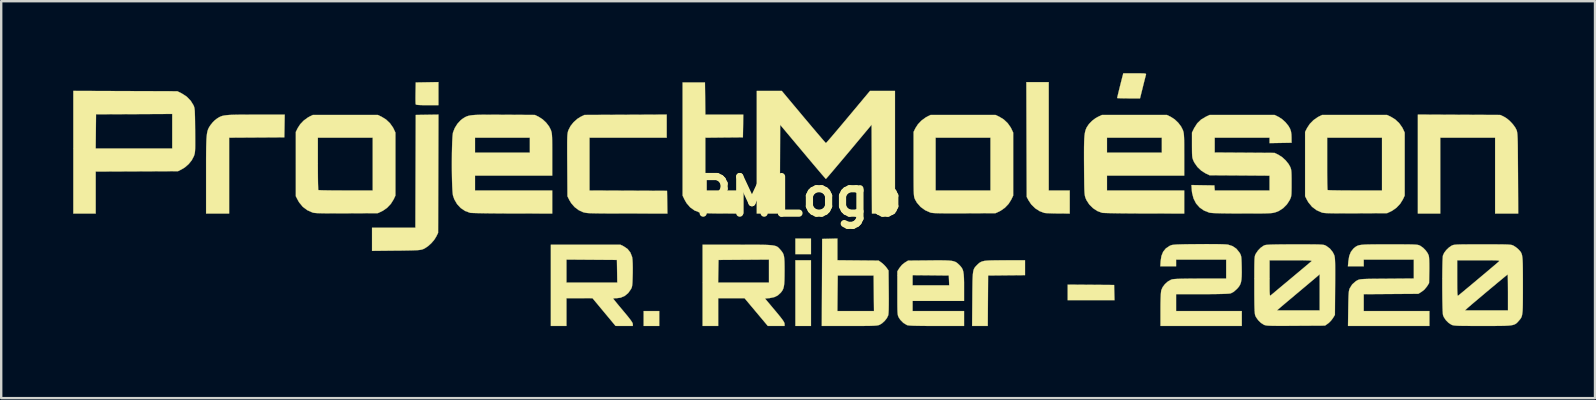
<source format=kicad_pcb>
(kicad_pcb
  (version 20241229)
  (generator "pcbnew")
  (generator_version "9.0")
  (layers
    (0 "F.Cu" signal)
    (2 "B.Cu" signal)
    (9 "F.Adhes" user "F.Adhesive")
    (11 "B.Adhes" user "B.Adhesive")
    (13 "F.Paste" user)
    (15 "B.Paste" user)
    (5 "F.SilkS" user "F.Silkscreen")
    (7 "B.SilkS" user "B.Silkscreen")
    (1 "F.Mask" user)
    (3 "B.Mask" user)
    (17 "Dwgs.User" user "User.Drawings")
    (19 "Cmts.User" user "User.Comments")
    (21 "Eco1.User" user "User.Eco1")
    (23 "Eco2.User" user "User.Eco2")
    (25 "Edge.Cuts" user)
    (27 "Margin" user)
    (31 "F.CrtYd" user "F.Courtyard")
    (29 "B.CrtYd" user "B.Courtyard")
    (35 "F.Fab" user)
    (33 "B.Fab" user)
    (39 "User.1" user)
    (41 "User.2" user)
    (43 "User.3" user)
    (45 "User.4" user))
  (footprint "PMLogo"
    (layer "F.Cu")
    (at 30.203 5.141)
    (property "Reference" "PMLogo" (at 0 0 0) (layer "F.SilkS") (effects (font (size 1.524 1.524) (thickness 0.3))))
    (attr through_hole)
    (fp_poly (pts (xy -5.786 5.39) (xy -6.435 5.39) (xy -6.435 4.77) (xy -5.786 4.77) (xy -5.786 5.39)) (stroke (width 0.01) (type solid)) (fill yes) (layer "F.SilkS"))
    (fp_poly (pts (xy 0.536 2.399) (xy -0.113 2.399) (xy -0.113 1.75) (xy 0.536 1.75) (xy 0.536 2.399)) (stroke (width 0.01) (type solid)) (fill yes) (layer "F.SilkS"))
    (fp_poly (pts (xy 0.536 5.39) (xy -0.113 5.39) (xy -0.113 2.653) (xy 0.536 2.653) (xy 0.536 5.39)) (stroke (width 0.01) (type solid)) (fill yes) (layer "F.SilkS"))
    (fp_poly (pts (xy 13.166 3.683) (xy 13.182 4.318) (xy 11.232 4.318) (xy 11.232 3.668) (xy 13.166 3.683)) (stroke (width 0.01) (type solid)) (fill yes) (layer "F.SilkS"))
    (fp_poly (pts (xy -14.986 -3.81) (xy -15.453 -3.81) (xy -15.636 -3.811) (xy -15.769 -3.815) (xy -15.859 -3.821) (xy -15.911 -3.831) (xy -15.933 -3.845) (xy -15.933 -3.846) (xy -15.937 -3.886) (xy -15.94 -3.972) (xy -15.941 -4.092) (xy -15.94 -4.237) (xy -15.939 -4.319) (xy -15.931 -4.755) (xy -14.986 -4.771) (xy -14.986 -3.81)) (stroke (width 0.01) (type solid)) (fill yes) (layer "F.SilkS"))
    (fp_poly (pts (xy 10.442 -0.254) (xy 11.317 -0.254) (xy 11.317 0.706) (xy 10.83 0.703) (xy 10.663 0.701) (xy 10.511 0.696) (xy 10.383 0.691) (xy 10.292 0.684) (xy 10.255 0.679) (xy 10.059 0.605) (xy 9.875 0.485) (xy 9.716 0.328) (xy 9.6 0.155) (xy 9.525 0.014) (xy 9.517 -2.378) (xy 9.51 -4.77) (xy 10.442 -4.77) (xy 10.442 -0.254)) (stroke (width 0.01) (type solid)) (fill yes) (layer "F.SilkS"))
    (fp_poly (pts (xy -14.992 -0.953) (xy -15 1.51) (xy -15.079 1.67) (xy -15.165 1.807) (xy -15.283 1.943) (xy -15.419 2.065) (xy -15.556 2.157) (xy -15.626 2.19) (xy -15.668 2.204) (xy -15.717 2.215) (xy -15.779 2.224) (xy -15.86 2.232) (xy -15.968 2.237) (xy -16.107 2.242) (xy -16.284 2.245) (xy -16.506 2.249) (xy -16.757 2.251) (xy -17.752 2.261) (xy -17.752 1.298) (xy -15.946 1.298) (xy -15.931 -3.401) (xy -15.458 -3.409) (xy -14.985 -3.416) (xy -14.992 -0.953)) (stroke (width 0.01) (type solid)) (fill yes) (layer "F.SilkS"))
    (fp_poly (pts (xy -3.873 -4.085) (xy -3.865 -3.415) (xy -2.285 -3.415) (xy -2.292 -2.942) (xy -2.3 -2.469) (xy -3.083 -2.462) (xy -3.866 -2.454) (xy -3.866 -0.254) (xy -2.286 -0.254) (xy -2.286 0.706) (xy -3.126 0.704) (xy -3.423 0.702) (xy -3.665 0.698) (xy -3.854 0.691) (xy -3.991 0.682) (xy -4.079 0.671) (xy -4.094 0.667) (xy -4.312 0.58) (xy -4.498 0.447) (xy -4.65 0.27) (xy -4.738 0.114) (xy -4.812 -0.042) (xy -4.812 -4.755) (xy -3.881 -4.755) (xy -3.873 -4.085)) (stroke (width 0.01) (type solid)) (fill yes) (layer "F.SilkS"))
    (fp_poly (pts (xy 27.538 -3.409) (xy 29.252 -3.401) (xy 29.401 -3.334) (xy 29.525 -3.258) (xy 29.657 -3.147) (xy 29.779 -3.016) (xy 29.878 -2.881) (xy 29.933 -2.776) (xy 29.944 -2.744) (xy 29.953 -2.707) (xy 29.961 -2.661) (xy 29.968 -2.602) (xy 29.973 -2.523) (xy 29.978 -2.422) (xy 29.982 -2.293) (xy 29.985 -2.132) (xy 29.987 -1.934) (xy 29.989 -1.694) (xy 29.991 -1.409) (xy 29.993 -1.073) (xy 29.994 -0.967) (xy 30.002 0.706) (xy 29.041 0.706) (xy 29.041 -2.455) (xy 26.755 -2.455) (xy 26.755 0.706) (xy 25.823 0.706) (xy 25.823 -3.417) (xy 27.538 -3.409)) (stroke (width 0.01) (type solid)) (fill yes) (layer "F.SilkS"))
    (fp_poly (pts (xy 9.454 3.273) (xy 8.685 3.28) (xy 7.916 3.288) (xy 7.909 4.339) (xy 7.902 5.39) (xy 7.25 5.39) (xy 7.259 4.269) (xy 7.261 3.973) (xy 7.264 3.729) (xy 7.267 3.529) (xy 7.273 3.369) (xy 7.281 3.243) (xy 7.293 3.144) (xy 7.308 3.069) (xy 7.329 3.01) (xy 7.356 2.962) (xy 7.389 2.919) (xy 7.429 2.877) (xy 7.453 2.852) (xy 7.508 2.799) (xy 7.56 2.756) (xy 7.616 2.723) (xy 7.682 2.698) (xy 7.765 2.679) (xy 7.872 2.667) (xy 8.01 2.66) (xy 8.186 2.656) (xy 8.406 2.654) (xy 8.615 2.654) (xy 9.454 2.653) (xy 9.454 3.273)) (stroke (width 0.01) (type solid)) (fill yes) (layer "F.SilkS"))
    (fp_poly (pts (xy 14.205 -5.136) (xy 14.331 -5.134) (xy 14.416 -5.131) (xy 14.467 -5.124) (xy 14.491 -5.113) (xy 14.497 -5.098) (xy 14.495 -5.087) (xy 14.484 -5.044) (xy 14.461 -4.957) (xy 14.43 -4.835) (xy 14.393 -4.688) (xy 14.363 -4.565) (xy 14.245 -4.092) (xy 13.769 -4.092) (xy 13.612 -4.093) (xy 13.477 -4.096) (xy 13.373 -4.099) (xy 13.309 -4.104) (xy 13.293 -4.108) (xy 13.299 -4.138) (xy 13.317 -4.213) (xy 13.343 -4.321) (xy 13.375 -4.452) (xy 13.41 -4.594) (xy 13.446 -4.737) (xy 13.48 -4.871) (xy 13.509 -4.984) (xy 13.521 -5.031) (xy 13.549 -5.136) (xy 14.029 -5.136) (xy 14.205 -5.136)) (stroke (width 0.01) (type solid)) (fill yes) (layer "F.SilkS"))
    (fp_poly (pts (xy -21.399 -2.942) (xy -21.407 -2.469) (xy -22.557 -2.462) (xy -23.707 -2.455) (xy -23.707 0.706) (xy -24.666 0.706) (xy -24.666 -0.897) (xy -24.666 -1.262) (xy -24.666 -1.575) (xy -24.664 -1.841) (xy -24.661 -2.065) (xy -24.656 -2.251) (xy -24.65 -2.404) (xy -24.64 -2.529) (xy -24.627 -2.63) (xy -24.611 -2.713) (xy -24.591 -2.781) (xy -24.567 -2.84) (xy -24.537 -2.894) (xy -24.503 -2.948) (xy -24.475 -2.989) (xy -24.394 -3.09) (xy -24.297 -3.186) (xy -24.233 -3.236) (xy -24.172 -3.277) (xy -24.114 -3.311) (xy -24.055 -3.339) (xy -23.988 -3.362) (xy -23.908 -3.379) (xy -23.809 -3.392) (xy -23.686 -3.402) (xy -23.533 -3.408) (xy -23.345 -3.412) (xy -23.115 -3.414) (xy -22.839 -3.415) (xy -22.6 -3.415) (xy -21.391 -3.415) (xy -21.399 -2.942)) (stroke (width 0.01) (type solid)) (fill yes) (layer "F.SilkS"))
    (fp_poly (pts (xy -25.864 -4.389) (xy -25.676 -4.296) (xy -25.474 -4.165) (xy -25.307 -3.993) (xy -25.197 -3.815) (xy -25.179 -3.777) (xy -25.165 -3.739) (xy -25.153 -3.694) (xy -25.145 -3.636) (xy -25.138 -3.558) (xy -25.134 -3.454) (xy -25.13 -3.316) (xy -25.127 -3.14) (xy -25.125 -2.917) (xy -25.123 -2.764) (xy -25.121 -2.51) (xy -25.12 -2.306) (xy -25.12 -2.146) (xy -25.122 -2.021) (xy -25.126 -1.926) (xy -25.132 -1.853) (xy -25.141 -1.796) (xy -25.153 -1.749) (xy -25.168 -1.703) (xy -25.175 -1.684) (xy -25.263 -1.515) (xy -25.393 -1.354) (xy -25.55 -1.217) (xy -25.673 -1.142) (xy -25.837 -1.058) (xy -29.266 -1.043) (xy -29.266 0.706) (xy -30.198 0.706) (xy -30.198 -2.004) (xy -29.267 -2.004) (xy -26.077 -2.004) (xy -26.077 -3.444) (xy -27.665 -3.436) (xy -29.252 -3.429) (xy -29.267 -2.004) (xy -30.198 -2.004) (xy -30.198 -4.404) (xy -25.864 -4.389)) (stroke (width 0.01) (type solid)) (fill yes) (layer "F.SilkS"))
    (fp_poly (pts (xy 1.637 2.651) (xy 2.495 2.659) (xy 3.354 2.667) (xy 3.475 2.752) (xy 3.568 2.831) (xy 3.657 2.926) (xy 3.682 2.959) (xy 3.768 3.081) (xy 3.776 3.961) (xy 3.778 4.264) (xy 3.777 4.513) (xy 3.774 4.706) (xy 3.767 4.845) (xy 3.758 4.93) (xy 3.754 4.948) (xy 3.698 5.064) (xy 3.606 5.181) (xy 3.494 5.282) (xy 3.401 5.338) (xy 3.369 5.351) (xy 3.331 5.361) (xy 3.281 5.37) (xy 3.215 5.376) (xy 3.126 5.381) (xy 3.008 5.385) (xy 2.857 5.387) (xy 2.666 5.389) (xy 2.43 5.389) (xy 2.143 5.39) (xy 2.138 5.39) (xy 0.987 5.39) (xy 0.99 4.77) (xy 1.636 4.77) (xy 3.162 4.77) (xy 3.154 4.029) (xy 3.147 3.288) (xy 1.651 3.288) (xy 1.643 4.029) (xy 1.636 4.77) (xy 0.99 4.77) (xy 0.995 3.577) (xy 1.002 1.764) (xy 1.637 1.748) (xy 1.637 2.651)) (stroke (width 0.01) (type solid)) (fill yes) (layer "F.SilkS"))
    (fp_poly (pts (xy -5.475 -2.455) (xy -8.692 -2.455) (xy -8.692 -0.254) (xy -7.077 -0.247) (xy -5.461 -0.24) (xy -5.453 0.233) (xy -5.446 0.706) (xy -7.118 0.704) (xy -7.469 0.704) (xy -7.768 0.703) (xy -8.02 0.702) (xy -8.23 0.7) (xy -8.402 0.698) (xy -8.541 0.695) (xy -8.651 0.692) (xy -8.738 0.687) (xy -8.806 0.681) (xy -8.86 0.673) (xy -8.905 0.664) (xy -8.945 0.654) (xy -8.966 0.647) (xy -9.144 0.564) (xy -9.31 0.438) (xy -9.45 0.279) (xy -9.531 0.146) (xy -9.61 -0.014) (xy -9.618 -1.316) (xy -9.62 -1.621) (xy -9.621 -1.875) (xy -9.621 -2.084) (xy -9.621 -2.252) (xy -9.619 -2.386) (xy -9.616 -2.49) (xy -9.611 -2.571) (xy -9.604 -2.632) (xy -9.596 -2.681) (xy -9.585 -2.721) (xy -9.572 -2.76) (xy -9.566 -2.776) (xy -9.48 -2.942) (xy -9.353 -3.101) (xy -9.201 -3.237) (xy -9.065 -3.322) (xy -8.904 -3.401) (xy -7.19 -3.409) (xy -5.475 -3.417) (xy -5.475 -2.455)) (stroke (width 0.01) (type solid)) (fill yes) (layer "F.SilkS"))
    (fp_poly (pts (xy 0.229 -3.316) (xy 0.408 -3.104) (xy 0.575 -2.905) (xy 0.729 -2.724) (xy 0.864 -2.565) (xy 0.978 -2.432) (xy 1.067 -2.329) (xy 1.128 -2.261) (xy 1.157 -2.231) (xy 1.159 -2.23) (xy 1.181 -2.251) (xy 1.235 -2.311) (xy 1.318 -2.406) (xy 1.427 -2.533) (xy 1.557 -2.686) (xy 1.707 -2.863) (xy 1.871 -3.058) (xy 2.047 -3.268) (xy 2.087 -3.316) (xy 2.996 -4.403) (xy 4.036 -4.403) (xy 4.036 0.706) (xy 3.077 0.706) (xy 3.069 -1.144) (xy 3.062 -2.994) (xy 2.117 -1.864) (xy 1.935 -1.648) (xy 1.764 -1.445) (xy 1.608 -1.26) (xy 1.469 -1.096) (xy 1.352 -0.958) (xy 1.259 -0.85) (xy 1.194 -0.776) (xy 1.161 -0.739) (xy 1.157 -0.736) (xy 1.137 -0.757) (xy 1.084 -0.818) (xy 1.001 -0.913) (xy 0.893 -1.04) (xy 0.762 -1.195) (xy 0.612 -1.372) (xy 0.446 -1.569) (xy 0.269 -1.78) (xy 0.198 -1.865) (xy -0.748 -2.993) (xy -0.755 -1.144) (xy -0.762 0.706) (xy -1.722 0.706) (xy -1.722 -4.403) (xy -0.681 -4.403) (xy 0.229 -3.316)) (stroke (width 0.01) (type solid)) (fill yes) (layer "F.SilkS"))
    (fp_poly (pts (xy -7.26 2.076) (xy -7.104 2.184) (xy -6.989 2.329) (xy -6.919 2.507) (xy -6.913 2.533) (xy -6.901 2.627) (xy -6.893 2.77) (xy -6.889 2.952) (xy -6.89 3.166) (xy -6.891 3.213) (xy -6.896 3.402) (xy -6.901 3.544) (xy -6.907 3.648) (xy -6.917 3.723) (xy -6.93 3.78) (xy -6.949 3.826) (xy -6.962 3.852) (xy -7.079 4.018) (xy -7.225 4.139) (xy -7.395 4.212) (xy -7.563 4.233) (xy -7.643 4.236) (xy -7.695 4.243) (xy -7.705 4.249) (xy -7.687 4.274) (xy -7.638 4.336) (xy -7.564 4.428) (xy -7.468 4.545) (xy -7.356 4.679) (xy -7.296 4.75) (xy -7.153 4.922) (xy -7.044 5.056) (xy -6.967 5.159) (xy -6.917 5.234) (xy -6.892 5.286) (xy -6.887 5.313) (xy -6.886 5.39) (xy -7.246 5.389) (xy -7.606 5.388) (xy -8.086 4.811) (xy -8.565 4.235) (xy -9.109 4.234) (xy -9.652 4.233) (xy -9.652 5.39) (xy -10.301 5.39) (xy -10.301 3.584) (xy -9.652 3.584) (xy -7.534 3.584) (xy -7.549 2.639) (xy -9.652 2.624) (xy -9.652 3.584) (xy -10.301 3.584) (xy -10.301 2.004) (xy -7.405 2.004) (xy -7.26 2.076)) (stroke (width 0.01) (type solid)) (fill yes) (layer "F.SilkS"))
    (fp_poly (pts (xy 8.388 -3.325) (xy 8.571 -3.212) (xy 8.733 -3.058) (xy 8.859 -2.879) (xy 8.885 -2.828) (xy 8.961 -2.667) (xy 8.961 -0.042) (xy 8.885 0.118) (xy 8.772 0.301) (xy 8.617 0.464) (xy 8.438 0.59) (xy 8.388 0.616) (xy 8.227 0.691) (xy 6.929 0.697) (xy 6.602 0.698) (xy 6.327 0.698) (xy 6.1 0.697) (xy 5.917 0.695) (xy 5.773 0.691) (xy 5.663 0.686) (xy 5.585 0.679) (xy 5.533 0.671) (xy 5.517 0.667) (xy 5.293 0.568) (xy 5.102 0.428) (xy 4.95 0.254) (xy 4.873 0.118) (xy 4.859 0.086) (xy 4.847 0.053) (xy 4.837 0.015) (xy 4.83 -0.035) (xy 4.824 -0.101) (xy 4.819 -0.189) (xy 4.816 -0.304) (xy 4.814 -0.451) (xy 4.813 -0.635) (xy 4.812 -0.861) (xy 4.812 -1.135) (xy 4.812 -1.355) (xy 4.812 -2.455) (xy 5.729 -2.455) (xy 5.729 -0.254) (xy 8.015 -0.254) (xy 8.015 -2.455) (xy 5.729 -2.455) (xy 4.812 -2.455) (xy 4.812 -2.695) (xy 4.891 -2.856) (xy 4.995 -3.016) (xy 5.139 -3.167) (xy 5.306 -3.291) (xy 5.383 -3.334) (xy 5.517 -3.401) (xy 8.227 -3.401) (xy 8.388 -3.325)) (stroke (width 0.01) (type solid)) (fill yes) (layer "F.SilkS"))
    (fp_poly (pts (xy -17.351 -3.325) (xy -17.168 -3.212) (xy -17.006 -3.058) (xy -16.879 -2.879) (xy -16.853 -2.828) (xy -16.778 -2.667) (xy -16.778 -0.042) (xy -16.853 0.118) (xy -16.967 0.301) (xy -17.121 0.464) (xy -17.3 0.59) (xy -17.351 0.616) (xy -17.512 0.691) (xy -18.81 0.697) (xy -19.133 0.698) (xy -19.404 0.699) (xy -19.628 0.698) (xy -19.81 0.695) (xy -19.953 0.692) (xy -20.062 0.687) (xy -20.143 0.68) (xy -20.199 0.672) (xy -20.227 0.665) (xy -20.451 0.566) (xy -20.639 0.424) (xy -20.791 0.239) (xy -20.847 0.141) (xy -20.927 -0.014) (xy -20.927 -2.455) (xy -20.01 -2.455) (xy -20.01 -1.373) (xy -20.009 -1.132) (xy -20.008 -0.908) (xy -20.006 -0.708) (xy -20.003 -0.538) (xy -19.999 -0.406) (xy -19.996 -0.315) (xy -19.992 -0.274) (xy -19.991 -0.273) (xy -19.959 -0.269) (xy -19.878 -0.265) (xy -19.752 -0.261) (xy -19.588 -0.259) (xy -19.392 -0.256) (xy -19.17 -0.255) (xy -18.928 -0.254) (xy -18.848 -0.254) (xy -17.724 -0.254) (xy -17.724 -2.455) (xy -20.01 -2.455) (xy -20.927 -2.455) (xy -20.927 -2.695) (xy -20.848 -2.856) (xy -20.744 -3.016) (xy -20.6 -3.167) (xy -20.432 -3.291) (xy -20.356 -3.334) (xy -20.221 -3.401) (xy -17.512 -3.401) (xy -17.351 -3.325)) (stroke (width 0.01) (type solid)) (fill yes) (layer "F.SilkS"))
    (fp_poly (pts (xy -2.519 2.004) (xy -2.179 2.005) (xy -1.891 2.005) (xy -1.649 2.006) (xy -1.45 2.009) (xy -1.288 2.014) (xy -1.158 2.022) (xy -1.056 2.033) (xy -0.977 2.047) (xy -0.916 2.066) (xy -0.867 2.09) (xy -0.828 2.119) (xy -0.791 2.155) (xy -0.754 2.197) (xy -0.737 2.216) (xy -0.683 2.281) (xy -0.641 2.342) (xy -0.61 2.407) (xy -0.589 2.486) (xy -0.576 2.587) (xy -0.568 2.718) (xy -0.565 2.889) (xy -0.564 3.093) (xy -0.566 3.32) (xy -0.57 3.499) (xy -0.579 3.639) (xy -0.594 3.746) (xy -0.616 3.831) (xy -0.648 3.9) (xy -0.69 3.963) (xy -0.723 4.004) (xy -0.848 4.118) (xy -0.999 4.191) (xy -1.186 4.229) (xy -1.205 4.231) (xy -1.38 4.247) (xy -0.972 4.733) (xy -0.834 4.898) (xy -0.73 5.027) (xy -0.655 5.125) (xy -0.605 5.198) (xy -0.577 5.252) (xy -0.565 5.292) (xy -0.564 5.304) (xy -0.564 5.39) (xy -1.261 5.39) (xy -1.746 4.812) (xy -2.232 4.233) (xy -3.33 4.233) (xy -3.33 5.39) (xy -3.979 5.39) (xy -3.979 3.584) (xy -3.332 3.584) (xy -1.214 3.584) (xy -1.214 2.624) (xy -3.316 2.639) (xy -3.332 3.584) (xy -3.979 3.584) (xy -3.979 2.004) (xy -2.519 2.004)) (stroke (width 0.01) (type solid)) (fill yes) (layer "F.SilkS"))
    (fp_poly (pts (xy 24.7 -3.325) (xy 24.883 -3.212) (xy 25.045 -3.058) (xy 25.172 -2.879) (xy 25.198 -2.828) (xy 25.273 -2.667) (xy 25.273 -0.042) (xy 25.198 0.118) (xy 25.084 0.301) (xy 24.93 0.464) (xy 24.751 0.59) (xy 24.7 0.616) (xy 24.539 0.691) (xy 23.241 0.697) (xy 22.918 0.698) (xy 22.647 0.699) (xy 22.423 0.698) (xy 22.241 0.695) (xy 22.098 0.692) (xy 21.989 0.687) (xy 21.908 0.68) (xy 21.852 0.672) (xy 21.824 0.665) (xy 21.6 0.566) (xy 21.412 0.424) (xy 21.26 0.239) (xy 21.204 0.141) (xy 21.124 -0.014) (xy 21.124 -2.455) (xy 22.042 -2.455) (xy 22.042 -1.373) (xy 22.042 -1.132) (xy 22.043 -0.908) (xy 22.046 -0.708) (xy 22.048 -0.538) (xy 22.052 -0.406) (xy 22.055 -0.315) (xy 22.06 -0.274) (xy 22.06 -0.273) (xy 22.092 -0.269) (xy 22.174 -0.265) (xy 22.3 -0.261) (xy 22.464 -0.259) (xy 22.66 -0.256) (xy 22.881 -0.255) (xy 23.123 -0.254) (xy 23.203 -0.254) (xy 24.328 -0.254) (xy 24.328 -2.455) (xy 22.042 -2.455) (xy 21.124 -2.455) (xy 21.124 -2.695) (xy 21.208 -2.86) (xy 21.321 -3.031) (xy 21.475 -3.187) (xy 21.652 -3.311) (xy 21.695 -3.334) (xy 21.83 -3.401) (xy 24.539 -3.401) (xy 24.7 -3.325)) (stroke (width 0.01) (type solid)) (fill yes) (layer "F.SilkS"))
    (fp_poly (pts (xy 6.136 2.659) (xy 6.278 2.665) (xy 6.39 2.676) (xy 6.477 2.694) (xy 6.546 2.717) (xy 6.604 2.749) (xy 6.655 2.79) (xy 6.708 2.84) (xy 6.718 2.849) (xy 6.778 2.914) (xy 6.825 2.978) (xy 6.86 3.049) (xy 6.884 3.135) (xy 6.9 3.246) (xy 6.909 3.388) (xy 6.914 3.571) (xy 6.914 3.778) (xy 6.914 4.346) (xy 4.77 4.346) (xy 4.77 4.77) (xy 6.914 4.77) (xy 6.914 5.39) (xy 5.764 5.389) (xy 5.459 5.389) (xy 5.206 5.387) (xy 5.001 5.384) (xy 4.839 5.381) (xy 4.715 5.376) (xy 4.625 5.369) (xy 4.564 5.361) (xy 4.53 5.351) (xy 4.386 5.263) (xy 4.261 5.138) (xy 4.197 5.041) (xy 4.18 5.007) (xy 4.166 4.972) (xy 4.155 4.93) (xy 4.147 4.873) (xy 4.142 4.797) (xy 4.138 4.693) (xy 4.136 4.555) (xy 4.135 4.377) (xy 4.135 4.153) (xy 4.135 4.019) (xy 4.135 3.697) (xy 4.77 3.697) (xy 6.296 3.697) (xy 6.279 3.288) (xy 5.524 3.28) (xy 4.77 3.273) (xy 4.77 3.697) (xy 4.135 3.697) (xy 4.135 3.114) (xy 4.22 2.976) (xy 4.329 2.843) (xy 4.443 2.752) (xy 4.582 2.667) (xy 5.459 2.659) (xy 5.732 2.656) (xy 5.956 2.656) (xy 6.136 2.659)) (stroke (width 0.01) (type solid)) (fill yes) (layer "F.SilkS"))
    (fp_poly (pts (xy 15.528 -3.322) (xy 15.687 -3.22) (xy 15.834 -3.081) (xy 15.955 -2.923) (xy 16.028 -2.779) (xy 16.045 -2.731) (xy 16.058 -2.683) (xy 16.068 -2.626) (xy 16.075 -2.554) (xy 16.08 -2.46) (xy 16.084 -2.336) (xy 16.086 -2.176) (xy 16.086 -1.974) (xy 16.087 -1.749) (xy 16.087 -0.875) (xy 12.869 -0.875) (xy 12.869 -0.254) (xy 16.087 -0.254) (xy 16.087 0.706) (xy 14.429 0.703) (xy 14.125 0.702) (xy 13.835 0.7) (xy 13.565 0.698) (xy 13.321 0.695) (xy 13.106 0.691) (xy 12.928 0.687) (xy 12.791 0.683) (xy 12.7 0.679) (xy 12.664 0.675) (xy 12.469 0.602) (xy 12.288 0.483) (xy 12.133 0.329) (xy 12.016 0.151) (xy 11.99 0.092) (xy 11.974 0.051) (xy 11.96 0.011) (xy 11.95 -0.034) (xy 11.941 -0.089) (xy 11.934 -0.161) (xy 11.929 -0.255) (xy 11.925 -0.376) (xy 11.922 -0.53) (xy 11.92 -0.724) (xy 11.917 -0.963) (xy 11.915 -1.252) (xy 11.915 -1.256) (xy 11.913 -1.578) (xy 11.913 -1.85) (xy 11.914 -2.076) (xy 11.918 -2.263) (xy 11.924 -2.415) (xy 11.927 -2.455) (xy 12.869 -2.455) (xy 12.869 -1.834) (xy 15.155 -1.834) (xy 15.155 -2.455) (xy 12.869 -2.455) (xy 11.927 -2.455) (xy 11.933 -2.537) (xy 11.946 -2.637) (xy 11.963 -2.718) (xy 11.983 -2.787) (xy 12.009 -2.849) (xy 12.027 -2.888) (xy 12.119 -3.024) (xy 12.248 -3.157) (xy 12.397 -3.27) (xy 12.497 -3.325) (xy 12.658 -3.401) (xy 15.367 -3.401) (xy 15.528 -3.322)) (stroke (width 0.01) (type solid)) (fill yes) (layer "F.SilkS"))
    (fp_poly (pts (xy -12.649 -3.411) (xy -12.335 -3.409) (xy -12.259 -3.409) (xy -10.964 -3.401) (xy -10.804 -3.322) (xy -10.645 -3.22) (xy -10.497 -3.081) (xy -10.376 -2.923) (xy -10.303 -2.779) (xy -10.287 -2.731) (xy -10.273 -2.683) (xy -10.263 -2.626) (xy -10.256 -2.554) (xy -10.251 -2.46) (xy -10.248 -2.336) (xy -10.246 -2.176) (xy -10.245 -1.974) (xy -10.245 -1.749) (xy -10.245 -0.875) (xy -13.462 -0.875) (xy -13.462 -0.254) (xy -10.245 -0.254) (xy -10.245 0.706) (xy -11.903 0.703) (xy -12.207 0.702) (xy -12.496 0.7) (xy -12.766 0.698) (xy -13.011 0.695) (xy -13.225 0.691) (xy -13.404 0.687) (xy -13.541 0.683) (xy -13.631 0.679) (xy -13.668 0.675) (xy -13.876 0.598) (xy -14.06 0.474) (xy -14.211 0.31) (xy -14.325 0.112) (xy -14.378 -0.041) (xy -14.39 -0.12) (xy -14.401 -0.248) (xy -14.41 -0.415) (xy -14.417 -0.616) (xy -14.422 -0.841) (xy -14.425 -1.082) (xy -14.426 -1.332) (xy -14.425 -1.583) (xy -14.423 -1.827) (xy -14.418 -2.055) (xy -14.412 -2.261) (xy -14.403 -2.435) (xy -14.402 -2.455) (xy -13.462 -2.455) (xy -13.462 -1.834) (xy -11.176 -1.834) (xy -11.176 -2.455) (xy -13.462 -2.455) (xy -14.402 -2.455) (xy -14.393 -2.57) (xy -14.381 -2.659) (xy -14.379 -2.668) (xy -14.307 -2.854) (xy -14.197 -3.031) (xy -14.06 -3.18) (xy -13.988 -3.237) (xy -13.928 -3.277) (xy -13.871 -3.311) (xy -13.813 -3.339) (xy -13.748 -3.361) (xy -13.671 -3.379) (xy -13.576 -3.392) (xy -13.458 -3.401) (xy -13.312 -3.407) (xy -13.132 -3.411) (xy -12.913 -3.412) (xy -12.649 -3.411)) (stroke (width 0.01) (type solid)) (fill yes) (layer "F.SilkS"))
    (fp_poly (pts (xy 24.914 1.99) (xy 25.152 1.99) (xy 25.346 1.991) (xy 25.499 1.993) (xy 25.619 1.996) (xy 25.709 2) (xy 25.777 2.006) (xy 25.826 2.014) (xy 25.864 2.024) (xy 25.894 2.036) (xy 25.924 2.051) (xy 25.926 2.052) (xy 26.045 2.136) (xy 26.154 2.248) (xy 26.238 2.371) (xy 26.277 2.463) (xy 26.287 2.532) (xy 26.294 2.647) (xy 26.298 2.798) (xy 26.299 2.977) (xy 26.298 3.088) (xy 26.289 3.603) (xy 26.204 3.741) (xy 26.095 3.874) (xy 25.98 3.964) (xy 25.842 4.05) (xy 24.704 4.058) (xy 23.566 4.066) (xy 23.566 4.77) (xy 26.303 4.77) (xy 26.303 5.39) (xy 22.912 5.39) (xy 22.922 4.664) (xy 22.926 4.435) (xy 22.93 4.255) (xy 22.935 4.117) (xy 22.942 4.013) (xy 22.951 3.936) (xy 22.963 3.879) (xy 22.978 3.835) (xy 22.982 3.824) (xy 23.086 3.659) (xy 23.233 3.529) (xy 23.297 3.49) (xy 23.328 3.475) (xy 23.36 3.462) (xy 23.399 3.452) (xy 23.452 3.444) (xy 23.524 3.438) (xy 23.62 3.433) (xy 23.747 3.429) (xy 23.91 3.426) (xy 24.115 3.424) (xy 24.367 3.422) (xy 24.532 3.421) (xy 25.654 3.412) (xy 25.654 2.625) (xy 23.566 2.625) (xy 23.566 2.907) (xy 22.908 2.907) (xy 22.927 2.69) (xy 22.963 2.473) (xy 23.032 2.301) (xy 23.135 2.17) (xy 23.151 2.155) (xy 23.198 2.116) (xy 23.241 2.084) (xy 23.286 2.058) (xy 23.338 2.037) (xy 23.404 2.021) (xy 23.487 2.009) (xy 23.595 2) (xy 23.733 1.995) (xy 23.905 1.992) (xy 24.119 1.99) (xy 24.379 1.99) (xy 24.624 1.99) (xy 24.914 1.99)) (stroke (width 0.01) (type solid)) (fill yes) (layer "F.SilkS"))
    (fp_poly (pts (xy 17.27 1.98) (xy 17.501 1.982) (xy 17.686 1.986) (xy 17.823 1.993) (xy 17.907 2.001) (xy 17.912 2.002) (xy 18.101 2.063) (xy 18.258 2.17) (xy 18.385 2.325) (xy 18.386 2.327) (xy 18.418 2.379) (xy 18.44 2.426) (xy 18.456 2.477) (xy 18.467 2.544) (xy 18.473 2.636) (xy 18.478 2.763) (xy 18.482 2.932) (xy 18.485 3.157) (xy 18.481 3.334) (xy 18.47 3.473) (xy 18.449 3.583) (xy 18.415 3.672) (xy 18.368 3.75) (xy 18.304 3.826) (xy 18.278 3.853) (xy 18.147 3.969) (xy 18.03 4.03) (xy 18.02 4.033) (xy 17.957 4.042) (xy 17.84 4.049) (xy 17.671 4.055) (xy 17.453 4.06) (xy 17.189 4.063) (xy 16.88 4.064) (xy 16.828 4.064) (xy 15.748 4.064) (xy 15.748 4.77) (xy 18.486 4.77) (xy 18.486 5.39) (xy 15.099 5.39) (xy 15.099 4.711) (xy 15.1 4.461) (xy 15.105 4.249) (xy 15.112 4.08) (xy 15.123 3.959) (xy 15.132 3.9) (xy 15.189 3.771) (xy 15.286 3.644) (xy 15.407 3.537) (xy 15.537 3.464) (xy 15.584 3.448) (xy 15.653 3.438) (xy 15.772 3.43) (xy 15.942 3.423) (xy 16.164 3.419) (xy 16.44 3.416) (xy 16.771 3.415) (xy 17.836 3.415) (xy 17.836 2.625) (xy 15.748 2.625) (xy 15.748 2.907) (xy 15.092 2.907) (xy 15.105 2.688) (xy 15.138 2.473) (xy 15.209 2.299) (xy 15.321 2.16) (xy 15.476 2.056) (xy 15.508 2.041) (xy 15.542 2.027) (xy 15.584 2.016) (xy 15.638 2.008) (xy 15.712 2.001) (xy 15.81 1.995) (xy 15.94 1.991) (xy 16.106 1.987) (xy 16.314 1.984) (xy 16.571 1.982) (xy 16.684 1.981) (xy 16.996 1.979) (xy 17.27 1.98)) (stroke (width 0.01) (type solid)) (fill yes) (layer "F.SilkS"))
    (fp_poly (pts (xy 20.013 -3.323) (xy 20.166 -3.225) (xy 20.311 -3.093) (xy 20.432 -2.942) (xy 20.497 -2.828) (xy 20.534 -2.722) (xy 20.553 -2.598) (xy 20.558 -2.469) (xy 20.56 -2.244) (xy 19.643 -2.228) (xy 19.643 -2.455) (xy 17.357 -2.455) (xy 17.357 -1.837) (xy 18.605 -1.829) (xy 19.854 -1.82) (xy 20.013 -1.742) (xy 20.167 -1.644) (xy 20.314 -1.509) (xy 20.437 -1.356) (xy 20.498 -1.248) (xy 20.52 -1.198) (xy 20.536 -1.146) (xy 20.547 -1.084) (xy 20.554 -1.003) (xy 20.558 -0.893) (xy 20.56 -0.744) (xy 20.56 -0.564) (xy 20.56 -0.375) (xy 20.558 -0.232) (xy 20.555 -0.127) (xy 20.548 -0.049) (xy 20.537 0.01) (xy 20.52 0.061) (xy 20.497 0.113) (xy 20.481 0.146) (xy 20.364 0.327) (xy 20.21 0.482) (xy 20.031 0.598) (xy 19.906 0.648) (xy 19.859 0.662) (xy 19.811 0.674) (xy 19.756 0.683) (xy 19.688 0.69) (xy 19.603 0.695) (xy 19.494 0.699) (xy 19.355 0.702) (xy 19.181 0.703) (xy 18.965 0.704) (xy 18.704 0.704) (xy 18.49 0.704) (xy 18.153 0.703) (xy 17.869 0.7) (xy 17.636 0.697) (xy 17.449 0.692) (xy 17.307 0.686) (xy 17.205 0.679) (xy 17.14 0.67) (xy 17.129 0.667) (xy 16.911 0.581) (xy 16.727 0.452) (xy 16.581 0.285) (xy 16.477 0.082) (xy 16.416 -0.151) (xy 16.404 -0.256) (xy 16.389 -0.481) (xy 16.866 -0.473) (xy 17.343 -0.466) (xy 17.351 -0.36) (xy 17.36 -0.254) (xy 19.643 -0.254) (xy 19.643 -0.872) (xy 18.394 -0.881) (xy 17.145 -0.889) (xy 16.984 -0.964) (xy 16.801 -1.078) (xy 16.639 -1.232) (xy 16.513 -1.411) (xy 16.487 -1.462) (xy 16.46 -1.521) (xy 16.441 -1.574) (xy 16.427 -1.631) (xy 16.419 -1.703) (xy 16.414 -1.799) (xy 16.412 -1.93) (xy 16.411 -2.104) (xy 16.411 -2.145) (xy 16.411 -2.668) (xy 16.503 -2.855) (xy 16.628 -3.052) (xy 16.789 -3.209) (xy 16.986 -3.326) (xy 17.145 -3.401) (xy 19.854 -3.401) (xy 20.013 -3.323)) (stroke (width 0.01) (type solid)) (fill yes) (layer "F.SilkS"))
    (fp_poly (pts (xy 21.003 1.99) (xy 21.24 1.99) (xy 21.432 1.991) (xy 21.584 1.993) (xy 21.702 1.996) (xy 21.791 2) (xy 21.857 2.006) (xy 21.906 2.014) (xy 21.943 2.024) (xy 21.973 2.037) (xy 22.002 2.052) (xy 22.155 2.163) (xy 22.276 2.313) (xy 22.335 2.431) (xy 22.347 2.467) (xy 22.356 2.511) (xy 22.364 2.568) (xy 22.369 2.645) (xy 22.373 2.746) (xy 22.376 2.877) (xy 22.377 3.044) (xy 22.377 3.252) (xy 22.376 3.507) (xy 22.374 3.742) (xy 22.366 4.929) (xy 22.281 5.067) (xy 22.208 5.164) (xy 22.118 5.256) (xy 22.074 5.291) (xy 21.952 5.376) (xy 20.734 5.383) (xy 20.438 5.385) (xy 20.193 5.386) (xy 19.993 5.386) (xy 19.834 5.384) (xy 19.71 5.382) (xy 19.614 5.378) (xy 19.543 5.373) (xy 19.49 5.365) (xy 19.45 5.356) (xy 19.418 5.345) (xy 19.403 5.338) (xy 19.282 5.26) (xy 19.167 5.147) (xy 19.078 5.02) (xy 19.046 4.95) (xy 19.036 4.909) (xy 19.028 4.848) (xy 19.021 4.76) (xy 19.021 4.741) (xy 19.953 4.741) (xy 21.731 4.741) (xy 21.731 3.236) (xy 21.668 3.292) (xy 21.631 3.324) (xy 21.557 3.387) (xy 21.451 3.476) (xy 21.318 3.588) (xy 21.165 3.717) (xy 20.996 3.858) (xy 20.884 3.952) (xy 20.707 4.101) (xy 20.539 4.242) (xy 20.386 4.37) (xy 20.255 4.481) (xy 20.152 4.568) (xy 20.082 4.628) (xy 20.059 4.648) (xy 19.953 4.741) (xy 19.021 4.741) (xy 19.016 4.641) (xy 19.012 4.487) (xy 19.01 4.292) (xy 19.008 4.051) (xy 19.008 3.76) (xy 19.008 3.669) (xy 19.008 3.381) (xy 19.008 3.144) (xy 19.009 2.953) (xy 19.011 2.801) (xy 19.014 2.683) (xy 19.015 2.653) (xy 19.643 2.653) (xy 19.643 3.405) (xy 19.643 3.63) (xy 19.644 3.805) (xy 19.645 3.935) (xy 19.649 4.026) (xy 19.654 4.084) (xy 19.661 4.116) (xy 19.671 4.126) (xy 19.684 4.121) (xy 19.692 4.115) (xy 19.724 4.088) (xy 19.795 4.029) (xy 19.899 3.942) (xy 20.03 3.832) (xy 20.184 3.703) (xy 20.356 3.56) (xy 20.54 3.406) (xy 20.546 3.401) (xy 20.73 3.247) (xy 20.901 3.104) (xy 21.055 2.975) (xy 21.186 2.865) (xy 21.289 2.778) (xy 21.359 2.719) (xy 21.391 2.691) (xy 21.391 2.691) (xy 21.396 2.68) (xy 21.379 2.672) (xy 21.337 2.665) (xy 21.264 2.66) (xy 21.156 2.657) (xy 21.006 2.654) (xy 20.811 2.653) (xy 20.564 2.653) (xy 20.538 2.653) (xy 19.643 2.653) (xy 19.015 2.653) (xy 19.018 2.594) (xy 19.024 2.527) (xy 19.032 2.478) (xy 19.042 2.441) (xy 19.055 2.411) (xy 19.07 2.381) (xy 19.071 2.379) (xy 19.16 2.247) (xy 19.272 2.132) (xy 19.391 2.049) (xy 19.441 2.026) (xy 19.483 2.016) (xy 19.553 2.008) (xy 19.653 2.002) (xy 19.79 1.997) (xy 19.967 1.994) (xy 20.189 1.991) (xy 20.459 1.99) (xy 20.715 1.99) (xy 21.003 1.99)) (stroke (width 0.01) (type solid)) (fill yes) (layer "F.SilkS"))
    (fp_poly (pts (xy 28.808 1.99) (xy 29.047 1.99) (xy 29.241 1.991) (xy 29.395 1.993) (xy 29.514 1.996) (xy 29.604 2) (xy 29.672 2.006) (xy 29.721 2.014) (xy 29.758 2.024) (xy 29.788 2.036) (xy 29.817 2.051) (xy 29.912 2.113) (xy 30.004 2.19) (xy 30.02 2.206) (xy 30.061 2.25) (xy 30.096 2.291) (xy 30.124 2.336) (xy 30.147 2.388) (xy 30.164 2.454) (xy 30.177 2.54) (xy 30.186 2.65) (xy 30.192 2.79) (xy 30.195 2.966) (xy 30.197 3.183) (xy 30.198 3.446) (xy 30.198 3.697) (xy 30.198 3.999) (xy 30.197 4.251) (xy 30.195 4.457) (xy 30.192 4.623) (xy 30.186 4.755) (xy 30.176 4.858) (xy 30.163 4.938) (xy 30.146 5) (xy 30.123 5.051) (xy 30.095 5.095) (xy 30.06 5.138) (xy 30.025 5.178) (xy 29.982 5.227) (xy 29.941 5.268) (xy 29.898 5.301) (xy 29.847 5.328) (xy 29.783 5.348) (xy 29.7 5.364) (xy 29.593 5.375) (xy 29.456 5.382) (xy 29.285 5.386) (xy 29.073 5.388) (xy 28.815 5.389) (xy 28.519 5.389) (xy 28.226 5.389) (xy 27.985 5.388) (xy 27.789 5.387) (xy 27.633 5.385) (xy 27.512 5.382) (xy 27.419 5.377) (xy 27.35 5.371) (xy 27.298 5.363) (xy 27.259 5.353) (xy 27.226 5.341) (xy 27.219 5.337) (xy 27.101 5.26) (xy 26.99 5.149) (xy 26.905 5.022) (xy 26.872 4.943) (xy 26.864 4.888) (xy 26.857 4.784) (xy 26.856 4.741) (xy 27.786 4.741) (xy 29.577 4.741) (xy 29.577 3.993) (xy 29.576 3.795) (xy 29.575 3.616) (xy 29.573 3.464) (xy 29.57 3.347) (xy 29.566 3.272) (xy 29.563 3.246) (xy 29.539 3.263) (xy 29.478 3.312) (xy 29.385 3.388) (xy 29.266 3.487) (xy 29.126 3.602) (xy 28.972 3.731) (xy 28.808 3.867) (xy 28.641 4.007) (xy 28.477 4.146) (xy 28.32 4.278) (xy 28.176 4.399) (xy 28.052 4.504) (xy 27.953 4.589) (xy 27.884 4.649) (xy 27.856 4.675) (xy 27.786 4.741) (xy 26.856 4.741) (xy 26.851 4.639) (xy 26.847 4.46) (xy 26.843 4.255) (xy 26.841 4.032) (xy 26.839 3.798) (xy 26.839 3.561) (xy 26.84 3.328) (xy 26.842 3.107) (xy 26.845 2.906) (xy 26.849 2.732) (xy 26.852 2.653) (xy 27.46 2.653) (xy 27.46 3.402) (xy 27.461 3.635) (xy 27.462 3.816) (xy 27.466 3.951) (xy 27.47 4.045) (xy 27.477 4.102) (xy 27.486 4.129) (xy 27.495 4.131) (xy 27.525 4.108) (xy 27.592 4.053) (xy 27.692 3.971) (xy 27.82 3.864) (xy 27.972 3.738) (xy 28.142 3.596) (xy 28.324 3.443) (xy 28.335 3.434) (xy 28.52 3.279) (xy 28.692 3.134) (xy 28.848 3.002) (xy 28.981 2.89) (xy 29.087 2.8) (xy 29.16 2.737) (xy 29.195 2.706) (xy 29.195 2.706) (xy 29.209 2.691) (xy 29.213 2.68) (xy 29.201 2.671) (xy 29.168 2.664) (xy 29.109 2.659) (xy 29.018 2.656) (xy 28.89 2.654) (xy 28.72 2.653) (xy 28.501 2.653) (xy 28.355 2.653) (xy 27.46 2.653) (xy 26.852 2.653) (xy 26.855 2.592) (xy 26.861 2.496) (xy 26.868 2.453) (xy 26.919 2.342) (xy 27.007 2.226) (xy 27.116 2.121) (xy 27.216 2.052) (xy 27.246 2.037) (xy 27.277 2.024) (xy 27.313 2.014) (xy 27.362 2.006) (xy 27.428 2) (xy 27.517 1.996) (xy 27.634 1.993) (xy 27.785 1.991) (xy 27.975 1.99) (xy 28.211 1.99) (xy 28.497 1.99) (xy 28.519 1.99) (xy 28.808 1.99)) (stroke (width 0.01) (type solid)) (fill yes) (layer "F.SilkS")))
  (gr_rect
    (start -3 -3)
    (end 63.406 13.537)
    (stroke (width 0.1) (type default))
    (fill no)
    (layer "Edge.Cuts")))
</source>
